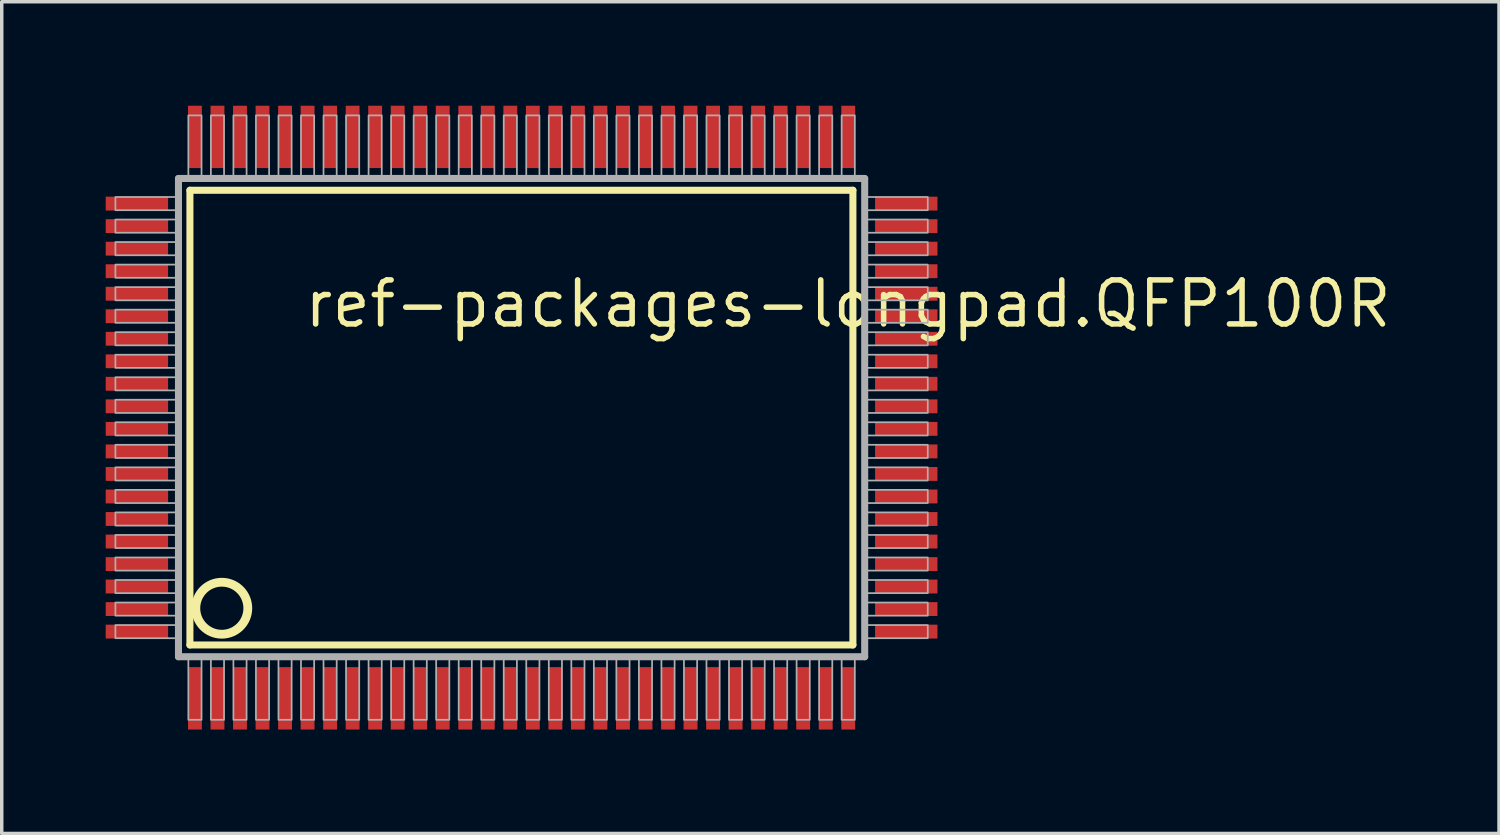
<source format=kicad_pcb>
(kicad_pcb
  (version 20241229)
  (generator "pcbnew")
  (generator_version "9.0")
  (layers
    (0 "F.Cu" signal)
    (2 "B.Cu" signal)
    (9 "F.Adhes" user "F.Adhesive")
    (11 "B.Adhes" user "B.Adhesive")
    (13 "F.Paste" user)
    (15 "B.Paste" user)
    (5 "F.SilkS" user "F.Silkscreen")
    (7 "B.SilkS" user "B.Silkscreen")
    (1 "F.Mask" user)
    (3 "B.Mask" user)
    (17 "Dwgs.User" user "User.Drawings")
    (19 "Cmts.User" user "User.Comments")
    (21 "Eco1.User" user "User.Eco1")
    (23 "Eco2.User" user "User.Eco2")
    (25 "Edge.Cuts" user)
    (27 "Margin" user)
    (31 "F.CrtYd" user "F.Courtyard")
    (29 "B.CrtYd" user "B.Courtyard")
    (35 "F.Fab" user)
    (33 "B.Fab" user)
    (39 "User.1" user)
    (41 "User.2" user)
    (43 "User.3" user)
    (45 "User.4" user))
  (footprint "ref-packages-longpad.QFP100R"
    (layer "F.Cu")
    (at 12 9)
    (property "Reference" "ref-packages-longpad.QFP100R" (at -6.35 -2.54 0) (layer "F.SilkS") (effects (font (size 1.27 1.27) (thickness 0.16)) (justify left bottom)))
    (attr smd)
    (fp_line (start -9.57 -6.56) (end 9.56 -6.56) (stroke (width 0.203) (type default)) (layer "F.SilkS"))
    (fp_line (start -9.57 6.56) (end -9.57 -6.56) (stroke (width 0.203) (type default)) (layer "F.SilkS"))
    (fp_line (start 9.56 -6.56) (end 9.56 6.56) (stroke (width 0.203) (type default)) (layer "F.SilkS"))
    (fp_line (start 9.56 6.56) (end -9.57 6.56) (stroke (width 0.203) (type default)) (layer "F.SilkS"))
    (fp_circle (center -8.65 5.5) (end -7.9 5.5) (stroke (width 0.254) (type default)) (fill no) (layer "F.SilkS"))
    (fp_line (start -9.9 -6.9) (end -9.9 6.9) (stroke (width 0.203) (type default)) (layer "F.Fab"))
    (fp_line (start -9.9 6.9) (end 9.9 6.9) (stroke (width 0.203) (type default)) (layer "F.Fab"))
    (fp_line (start 9.9 -6.9) (end -9.9 -6.9) (stroke (width 0.203) (type default)) (layer "F.Fab"))
    (fp_line (start 9.9 6.9) (end 9.9 -6.9) (stroke (width 0.203) (type default)) (layer "F.Fab"))
    (fp_rect (start -11.72 -5.985) (end -9.95 -6.365) (stroke (width 0.05) (type default)) (fill no) (layer "F.Fab"))
    (fp_rect (start -11.72 -5.335) (end -9.95 -5.715) (stroke (width 0.05) (type default)) (fill no) (layer "F.Fab"))
    (fp_rect (start -11.72 -4.685) (end -9.95 -5.065) (stroke (width 0.05) (type default)) (fill no) (layer "F.Fab"))
    (fp_rect (start -11.72 -4.035) (end -9.95 -4.415) (stroke (width 0.05) (type default)) (fill no) (layer "F.Fab"))
    (fp_rect (start -11.72 -3.385) (end -9.95 -3.765) (stroke (width 0.05) (type default)) (fill no) (layer "F.Fab"))
    (fp_rect (start -11.72 -2.735) (end -9.95 -3.115) (stroke (width 0.05) (type default)) (fill no) (layer "F.Fab"))
    (fp_rect (start -11.72 -2.085) (end -9.95 -2.465) (stroke (width 0.05) (type default)) (fill no) (layer "F.Fab"))
    (fp_rect (start -11.72 -1.435) (end -9.95 -1.815) (stroke (width 0.05) (type default)) (fill no) (layer "F.Fab"))
    (fp_rect (start -11.72 -0.785) (end -9.95 -1.165) (stroke (width 0.05) (type default)) (fill no) (layer "F.Fab"))
    (fp_rect (start -11.72 -0.135) (end -9.95 -0.515) (stroke (width 0.05) (type default)) (fill no) (layer "F.Fab"))
    (fp_rect (start -11.72 0.515) (end -9.95 0.135) (stroke (width 0.05) (type default)) (fill no) (layer "F.Fab"))
    (fp_rect (start -11.72 1.165) (end -9.95 0.785) (stroke (width 0.05) (type default)) (fill no) (layer "F.Fab"))
    (fp_rect (start -11.72 1.815) (end -9.95 1.435) (stroke (width 0.05) (type default)) (fill no) (layer "F.Fab"))
    (fp_rect (start -11.72 2.465) (end -9.95 2.085) (stroke (width 0.05) (type default)) (fill no) (layer "F.Fab"))
    (fp_rect (start -11.72 3.115) (end -9.95 2.735) (stroke (width 0.05) (type default)) (fill no) (layer "F.Fab"))
    (fp_rect (start -11.72 3.765) (end -9.95 3.385) (stroke (width 0.05) (type default)) (fill no) (layer "F.Fab"))
    (fp_rect (start -11.72 4.415) (end -9.95 4.035) (stroke (width 0.05) (type default)) (fill no) (layer "F.Fab"))
    (fp_rect (start -11.72 5.065) (end -9.95 4.685) (stroke (width 0.05) (type default)) (fill no) (layer "F.Fab"))
    (fp_rect (start -11.72 5.715) (end -9.95 5.335) (stroke (width 0.05) (type default)) (fill no) (layer "F.Fab"))
    (fp_rect (start -11.72 6.365) (end -9.95 5.985) (stroke (width 0.05) (type default)) (fill no) (layer "F.Fab"))
    (fp_rect (start -9.615 -6.95) (end -9.235 -8.72) (stroke (width 0.05) (type default)) (fill no) (layer "F.Fab"))
    (fp_rect (start -9.615 8.72) (end -9.235 6.95) (stroke (width 0.05) (type default)) (fill no) (layer "F.Fab"))
    (fp_rect (start -8.965 -6.95) (end -8.585 -8.72) (stroke (width 0.05) (type default)) (fill no) (layer "F.Fab"))
    (fp_rect (start -8.965 8.72) (end -8.585 6.95) (stroke (width 0.05) (type default)) (fill no) (layer "F.Fab"))
    (fp_rect (start -8.315 -6.95) (end -7.935 -8.72) (stroke (width 0.05) (type default)) (fill no) (layer "F.Fab"))
    (fp_rect (start -8.315 8.72) (end -7.935 6.95) (stroke (width 0.05) (type default)) (fill no) (layer "F.Fab"))
    (fp_rect (start -7.665 -6.95) (end -7.285 -8.72) (stroke (width 0.05) (type default)) (fill no) (layer "F.Fab"))
    (fp_rect (start -7.665 8.72) (end -7.285 6.95) (stroke (width 0.05) (type default)) (fill no) (layer "F.Fab"))
    (fp_rect (start -7.015 -6.95) (end -6.635 -8.72) (stroke (width 0.05) (type default)) (fill no) (layer "F.Fab"))
    (fp_rect (start -7.015 8.72) (end -6.635 6.95) (stroke (width 0.05) (type default)) (fill no) (layer "F.Fab"))
    (fp_rect (start -6.365 -6.95) (end -5.985 -8.72) (stroke (width 0.05) (type default)) (fill no) (layer "F.Fab"))
    (fp_rect (start -6.365 8.72) (end -5.985 6.95) (stroke (width 0.05) (type default)) (fill no) (layer "F.Fab"))
    (fp_rect (start -5.715 -6.95) (end -5.335 -8.72) (stroke (width 0.05) (type default)) (fill no) (layer "F.Fab"))
    (fp_rect (start -5.715 8.72) (end -5.335 6.95) (stroke (width 0.05) (type default)) (fill no) (layer "F.Fab"))
    (fp_rect (start -5.065 -6.95) (end -4.685 -8.72) (stroke (width 0.05) (type default)) (fill no) (layer "F.Fab"))
    (fp_rect (start -5.065 8.72) (end -4.685 6.95) (stroke (width 0.05) (type default)) (fill no) (layer "F.Fab"))
    (fp_rect (start -4.415 -6.95) (end -4.035 -8.72) (stroke (width 0.05) (type default)) (fill no) (layer "F.Fab"))
    (fp_rect (start -4.415 8.72) (end -4.035 6.95) (stroke (width 0.05) (type default)) (fill no) (layer "F.Fab"))
    (fp_rect (start -3.765 -6.95) (end -3.385 -8.72) (stroke (width 0.05) (type default)) (fill no) (layer "F.Fab"))
    (fp_rect (start -3.765 8.72) (end -3.385 6.95) (stroke (width 0.05) (type default)) (fill no) (layer "F.Fab"))
    (fp_rect (start -3.115 -6.95) (end -2.735 -8.72) (stroke (width 0.05) (type default)) (fill no) (layer "F.Fab"))
    (fp_rect (start -3.115 8.72) (end -2.735 6.95) (stroke (width 0.05) (type default)) (fill no) (layer "F.Fab"))
    (fp_rect (start -2.465 -6.95) (end -2.085 -8.72) (stroke (width 0.05) (type default)) (fill no) (layer "F.Fab"))
    (fp_rect (start -2.465 8.72) (end -2.085 6.95) (stroke (width 0.05) (type default)) (fill no) (layer "F.Fab"))
    (fp_rect (start -1.815 -6.95) (end -1.435 -8.72) (stroke (width 0.05) (type default)) (fill no) (layer "F.Fab"))
    (fp_rect (start -1.815 8.72) (end -1.435 6.95) (stroke (width 0.05) (type default)) (fill no) (layer "F.Fab"))
    (fp_rect (start -1.165 -6.95) (end -0.785 -8.72) (stroke (width 0.05) (type default)) (fill no) (layer "F.Fab"))
    (fp_rect (start -1.165 8.72) (end -0.785 6.95) (stroke (width 0.05) (type default)) (fill no) (layer "F.Fab"))
    (fp_rect (start -0.515 -6.95) (end -0.135 -8.72) (stroke (width 0.05) (type default)) (fill no) (layer "F.Fab"))
    (fp_rect (start -0.515 8.72) (end -0.135 6.95) (stroke (width 0.05) (type default)) (fill no) (layer "F.Fab"))
    (fp_rect (start 0.135 -6.95) (end 0.515 -8.72) (stroke (width 0.05) (type default)) (fill no) (layer "F.Fab"))
    (fp_rect (start 0.135 8.72) (end 0.515 6.95) (stroke (width 0.05) (type default)) (fill no) (layer "F.Fab"))
    (fp_rect (start 0.785 -6.95) (end 1.165 -8.72) (stroke (width 0.05) (type default)) (fill no) (layer "F.Fab"))
    (fp_rect (start 0.785 8.72) (end 1.165 6.95) (stroke (width 0.05) (type default)) (fill no) (layer "F.Fab"))
    (fp_rect (start 1.435 -6.95) (end 1.815 -8.72) (stroke (width 0.05) (type default)) (fill no) (layer "F.Fab"))
    (fp_rect (start 1.435 8.72) (end 1.815 6.95) (stroke (width 0.05) (type default)) (fill no) (layer "F.Fab"))
    (fp_rect (start 2.085 -6.95) (end 2.465 -8.72) (stroke (width 0.05) (type default)) (fill no) (layer "F.Fab"))
    (fp_rect (start 2.085 8.72) (end 2.465 6.95) (stroke (width 0.05) (type default)) (fill no) (layer "F.Fab"))
    (fp_rect (start 2.735 -6.95) (end 3.115 -8.72) (stroke (width 0.05) (type default)) (fill no) (layer "F.Fab"))
    (fp_rect (start 2.735 8.72) (end 3.115 6.95) (stroke (width 0.05) (type default)) (fill no) (layer "F.Fab"))
    (fp_rect (start 3.385 -6.95) (end 3.765 -8.72) (stroke (width 0.05) (type default)) (fill no) (layer "F.Fab"))
    (fp_rect (start 3.385 8.72) (end 3.765 6.95) (stroke (width 0.05) (type default)) (fill no) (layer "F.Fab"))
    (fp_rect (start 4.035 -6.95) (end 4.415 -8.72) (stroke (width 0.05) (type default)) (fill no) (layer "F.Fab"))
    (fp_rect (start 4.035 8.72) (end 4.415 6.95) (stroke (width 0.05) (type default)) (fill no) (layer "F.Fab"))
    (fp_rect (start 4.685 -6.95) (end 5.065 -8.72) (stroke (width 0.05) (type default)) (fill no) (layer "F.Fab"))
    (fp_rect (start 4.685 8.72) (end 5.065 6.95) (stroke (width 0.05) (type default)) (fill no) (layer "F.Fab"))
    (fp_rect (start 5.335 -6.95) (end 5.715 -8.72) (stroke (width 0.05) (type default)) (fill no) (layer "F.Fab"))
    (fp_rect (start 5.335 8.72) (end 5.715 6.95) (stroke (width 0.05) (type default)) (fill no) (layer "F.Fab"))
    (fp_rect (start 5.985 -6.95) (end 6.365 -8.72) (stroke (width 0.05) (type default)) (fill no) (layer "F.Fab"))
    (fp_rect (start 5.985 8.72) (end 6.365 6.95) (stroke (width 0.05) (type default)) (fill no) (layer "F.Fab"))
    (fp_rect (start 6.635 -6.95) (end 7.015 -8.72) (stroke (width 0.05) (type default)) (fill no) (layer "F.Fab"))
    (fp_rect (start 6.635 8.72) (end 7.015 6.95) (stroke (width 0.05) (type default)) (fill no) (layer "F.Fab"))
    (fp_rect (start 7.285 -6.95) (end 7.665 -8.72) (stroke (width 0.05) (type default)) (fill no) (layer "F.Fab"))
    (fp_rect (start 7.285 8.72) (end 7.665 6.95) (stroke (width 0.05) (type default)) (fill no) (layer "F.Fab"))
    (fp_rect (start 7.935 -6.95) (end 8.315 -8.72) (stroke (width 0.05) (type default)) (fill no) (layer "F.Fab"))
    (fp_rect (start 7.935 8.72) (end 8.315 6.95) (stroke (width 0.05) (type default)) (fill no) (layer "F.Fab"))
    (fp_rect (start 8.585 -6.95) (end 8.965 -8.72) (stroke (width 0.05) (type default)) (fill no) (layer "F.Fab"))
    (fp_rect (start 8.585 8.72) (end 8.965 6.95) (stroke (width 0.05) (type default)) (fill no) (layer "F.Fab"))
    (fp_rect (start 9.235 -6.95) (end 9.615 -8.72) (stroke (width 0.05) (type default)) (fill no) (layer "F.Fab"))
    (fp_rect (start 9.235 8.72) (end 9.615 6.95) (stroke (width 0.05) (type default)) (fill no) (layer "F.Fab"))
    (fp_rect (start 9.95 -5.985) (end 11.72 -6.365) (stroke (width 0.05) (type default)) (fill no) (layer "F.Fab"))
    (fp_rect (start 9.95 -5.335) (end 11.72 -5.715) (stroke (width 0.05) (type default)) (fill no) (layer "F.Fab"))
    (fp_rect (start 9.95 -4.685) (end 11.72 -5.065) (stroke (width 0.05) (type default)) (fill no) (layer "F.Fab"))
    (fp_rect (start 9.95 -4.035) (end 11.72 -4.415) (stroke (width 0.05) (type default)) (fill no) (layer "F.Fab"))
    (fp_rect (start 9.95 -3.385) (end 11.72 -3.765) (stroke (width 0.05) (type default)) (fill no) (layer "F.Fab"))
    (fp_rect (start 9.95 -2.735) (end 11.72 -3.115) (stroke (width 0.05) (type default)) (fill no) (layer "F.Fab"))
    (fp_rect (start 9.95 -2.085) (end 11.72 -2.465) (stroke (width 0.05) (type default)) (fill no) (layer "F.Fab"))
    (fp_rect (start 9.95 -1.435) (end 11.72 -1.815) (stroke (width 0.05) (type default)) (fill no) (layer "F.Fab"))
    (fp_rect (start 9.95 -0.785) (end 11.72 -1.165) (stroke (width 0.05) (type default)) (fill no) (layer "F.Fab"))
    (fp_rect (start 9.95 -0.135) (end 11.72 -0.515) (stroke (width 0.05) (type default)) (fill no) (layer "F.Fab"))
    (fp_rect (start 9.95 0.515) (end 11.72 0.135) (stroke (width 0.05) (type default)) (fill no) (layer "F.Fab"))
    (fp_rect (start 9.95 1.165) (end 11.72 0.785) (stroke (width 0.05) (type default)) (fill no) (layer "F.Fab"))
    (fp_rect (start 9.95 1.815) (end 11.72 1.435) (stroke (width 0.05) (type default)) (fill no) (layer "F.Fab"))
    (fp_rect (start 9.95 2.465) (end 11.72 2.085) (stroke (width 0.05) (type default)) (fill no) (layer "F.Fab"))
    (fp_rect (start 9.95 3.115) (end 11.72 2.735) (stroke (width 0.05) (type default)) (fill no) (layer "F.Fab"))
    (fp_rect (start 9.95 3.765) (end 11.72 3.385) (stroke (width 0.05) (type default)) (fill no) (layer "F.Fab"))
    (fp_rect (start 9.95 4.415) (end 11.72 4.035) (stroke (width 0.05) (type default)) (fill no) (layer "F.Fab"))
    (fp_rect (start 9.95 5.065) (end 11.72 4.685) (stroke (width 0.05) (type default)) (fill no) (layer "F.Fab"))
    (fp_rect (start 9.95 5.715) (end 11.72 5.335) (stroke (width 0.05) (type default)) (fill no) (layer "F.Fab"))
    (fp_rect (start 9.95 6.365) (end 11.72 5.985) (stroke (width 0.05) (type default)) (fill no) (layer "F.Fab"))
    (pad "1" smd roundrect (at -9.425 8.1) (size 0.4 1.8) (layers "F.Cu" "F.Mask" "F.Paste") (roundrect_rratio 0.01))
    (pad "2" smd roundrect (at -8.775 8.1) (size 0.4 1.8) (layers "F.Cu" "F.Mask" "F.Paste") (roundrect_rratio 0.01))
    (pad "3" smd roundrect (at -8.125 8.1) (size 0.4 1.8) (layers "F.Cu" "F.Mask" "F.Paste") (roundrect_rratio 0.01))
    (pad "4" smd roundrect (at -7.475 8.1) (size 0.4 1.8) (layers "F.Cu" "F.Mask" "F.Paste") (roundrect_rratio 0.01))
    (pad "5" smd roundrect (at -6.825 8.1) (size 0.4 1.8) (layers "F.Cu" "F.Mask" "F.Paste") (roundrect_rratio 0.01))
    (pad "6" smd roundrect (at -6.175 8.1) (size 0.4 1.8) (layers "F.Cu" "F.Mask" "F.Paste") (roundrect_rratio 0.01))
    (pad "7" smd roundrect (at -5.525 8.1) (size 0.4 1.8) (layers "F.Cu" "F.Mask" "F.Paste") (roundrect_rratio 0.01))
    (pad "8" smd roundrect (at -4.875 8.1) (size 0.4 1.8) (layers "F.Cu" "F.Mask" "F.Paste") (roundrect_rratio 0.01))
    (pad "9" smd roundrect (at -4.225 8.1) (size 0.4 1.8) (layers "F.Cu" "F.Mask" "F.Paste") (roundrect_rratio 0.01))
    (pad "10" smd roundrect (at -3.575 8.1) (size 0.4 1.8) (layers "F.Cu" "F.Mask" "F.Paste") (roundrect_rratio 0.01))
    (pad "11" smd roundrect (at -2.925 8.1) (size 0.4 1.8) (layers "F.Cu" "F.Mask" "F.Paste") (roundrect_rratio 0.01))
    (pad "12" smd roundrect (at -2.275 8.1) (size 0.4 1.8) (layers "F.Cu" "F.Mask" "F.Paste") (roundrect_rratio 0.01))
    (pad "13" smd roundrect (at -1.625 8.1) (size 0.4 1.8) (layers "F.Cu" "F.Mask" "F.Paste") (roundrect_rratio 0.01))
    (pad "14" smd roundrect (at -0.975 8.1) (size 0.4 1.8) (layers "F.Cu" "F.Mask" "F.Paste") (roundrect_rratio 0.01))
    (pad "15" smd roundrect (at -0.325 8.1) (size 0.4 1.8) (layers "F.Cu" "F.Mask" "F.Paste") (roundrect_rratio 0.01))
    (pad "16" smd roundrect (at 0.325 8.1) (size 0.4 1.8) (layers "F.Cu" "F.Mask" "F.Paste") (roundrect_rratio 0.01))
    (pad "17" smd roundrect (at 0.975 8.1) (size 0.4 1.8) (layers "F.Cu" "F.Mask" "F.Paste") (roundrect_rratio 0.01))
    (pad "18" smd roundrect (at 1.625 8.1) (size 0.4 1.8) (layers "F.Cu" "F.Mask" "F.Paste") (roundrect_rratio 0.01))
    (pad "19" smd roundrect (at 2.275 8.1) (size 0.4 1.8) (layers "F.Cu" "F.Mask" "F.Paste") (roundrect_rratio 0.01))
    (pad "20" smd roundrect (at 2.925 8.1) (size 0.4 1.8) (layers "F.Cu" "F.Mask" "F.Paste") (roundrect_rratio 0.01))
    (pad "21" smd roundrect (at 3.575 8.1) (size 0.4 1.8) (layers "F.Cu" "F.Mask" "F.Paste") (roundrect_rratio 0.01))
    (pad "22" smd roundrect (at 4.225 8.1) (size 0.4 1.8) (layers "F.Cu" "F.Mask" "F.Paste") (roundrect_rratio 0.01))
    (pad "23" smd roundrect (at 4.875 8.1) (size 0.4 1.8) (layers "F.Cu" "F.Mask" "F.Paste") (roundrect_rratio 0.01))
    (pad "24" smd roundrect (at 5.525 8.1) (size 0.4 1.8) (layers "F.Cu" "F.Mask" "F.Paste") (roundrect_rratio 0.01))
    (pad "25" smd roundrect (at 6.175 8.1) (size 0.4 1.8) (layers "F.Cu" "F.Mask" "F.Paste") (roundrect_rratio 0.01))
    (pad "26" smd roundrect (at 6.825 8.1) (size 0.4 1.8) (layers "F.Cu" "F.Mask" "F.Paste") (roundrect_rratio 0.01))
    (pad "27" smd roundrect (at 7.475 8.1) (size 0.4 1.8) (layers "F.Cu" "F.Mask" "F.Paste") (roundrect_rratio 0.01))
    (pad "28" smd roundrect (at 8.125 8.1) (size 0.4 1.8) (layers "F.Cu" "F.Mask" "F.Paste") (roundrect_rratio 0.01))
    (pad "29" smd roundrect (at 8.775 8.1) (size 0.4 1.8) (layers "F.Cu" "F.Mask" "F.Paste") (roundrect_rratio 0.01))
    (pad "30" smd roundrect (at 9.425 8.1) (size 0.4 1.8) (layers "F.Cu" "F.Mask" "F.Paste") (roundrect_rratio 0.01))
    (pad "31" smd roundrect (at 11.1 6.175) (size 1.8 0.4) (layers "F.Cu" "F.Mask" "F.Paste") (roundrect_rratio 0.01))
    (pad "32" smd roundrect (at 11.1 5.525) (size 1.8 0.4) (layers "F.Cu" "F.Mask" "F.Paste") (roundrect_rratio 0.01))
    (pad "33" smd roundrect (at 11.1 4.875) (size 1.8 0.4) (layers "F.Cu" "F.Mask" "F.Paste") (roundrect_rratio 0.01))
    (pad "34" smd roundrect (at 11.1 4.225) (size 1.8 0.4) (layers "F.Cu" "F.Mask" "F.Paste") (roundrect_rratio 0.01))
    (pad "35" smd roundrect (at 11.1 3.575) (size 1.8 0.4) (layers "F.Cu" "F.Mask" "F.Paste") (roundrect_rratio 0.01))
    (pad "36" smd roundrect (at 11.1 2.925) (size 1.8 0.4) (layers "F.Cu" "F.Mask" "F.Paste") (roundrect_rratio 0.01))
    (pad "37" smd roundrect (at 11.1 2.275) (size 1.8 0.4) (layers "F.Cu" "F.Mask" "F.Paste") (roundrect_rratio 0.01))
    (pad "38" smd roundrect (at 11.1 1.625) (size 1.8 0.4) (layers "F.Cu" "F.Mask" "F.Paste") (roundrect_rratio 0.01))
    (pad "39" smd roundrect (at 11.1 0.975) (size 1.8 0.4) (layers "F.Cu" "F.Mask" "F.Paste") (roundrect_rratio 0.01))
    (pad "40" smd roundrect (at 11.1 0.325) (size 1.8 0.4) (layers "F.Cu" "F.Mask" "F.Paste") (roundrect_rratio 0.01))
    (pad "41" smd roundrect (at 11.1 -0.325) (size 1.8 0.4) (layers "F.Cu" "F.Mask" "F.Paste") (roundrect_rratio 0.01))
    (pad "42" smd roundrect (at 11.1 -0.975) (size 1.8 0.4) (layers "F.Cu" "F.Mask" "F.Paste") (roundrect_rratio 0.01))
    (pad "43" smd roundrect (at 11.1 -1.625) (size 1.8 0.4) (layers "F.Cu" "F.Mask" "F.Paste") (roundrect_rratio 0.01))
    (pad "44" smd roundrect (at 11.1 -2.275) (size 1.8 0.4) (layers "F.Cu" "F.Mask" "F.Paste") (roundrect_rratio 0.01))
    (pad "45" smd roundrect (at 11.1 -2.925) (size 1.8 0.4) (layers "F.Cu" "F.Mask" "F.Paste") (roundrect_rratio 0.01))
    (pad "46" smd roundrect (at 11.1 -3.575) (size 1.8 0.4) (layers "F.Cu" "F.Mask" "F.Paste") (roundrect_rratio 0.01))
    (pad "47" smd roundrect (at 11.1 -4.225) (size 1.8 0.4) (layers "F.Cu" "F.Mask" "F.Paste") (roundrect_rratio 0.01))
    (pad "48" smd roundrect (at 11.1 -4.875) (size 1.8 0.4) (layers "F.Cu" "F.Mask" "F.Paste") (roundrect_rratio 0.01))
    (pad "49" smd roundrect (at 11.1 -5.525) (size 1.8 0.4) (layers "F.Cu" "F.Mask" "F.Paste") (roundrect_rratio 0.01))
    (pad "50" smd roundrect (at 11.1 -6.175) (size 1.8 0.4) (layers "F.Cu" "F.Mask" "F.Paste") (roundrect_rratio 0.01))
    (pad "51" smd roundrect (at 9.425 -8.1) (size 0.4 1.8) (layers "F.Cu" "F.Mask" "F.Paste") (roundrect_rratio 0.01))
    (pad "52" smd roundrect (at 8.775 -8.1) (size 0.4 1.8) (layers "F.Cu" "F.Mask" "F.Paste") (roundrect_rratio 0.01))
    (pad "53" smd roundrect (at 8.125 -8.1) (size 0.4 1.8) (layers "F.Cu" "F.Mask" "F.Paste") (roundrect_rratio 0.01))
    (pad "54" smd roundrect (at 7.475 -8.1) (size 0.4 1.8) (layers "F.Cu" "F.Mask" "F.Paste") (roundrect_rratio 0.01))
    (pad "55" smd roundrect (at 6.825 -8.1) (size 0.4 1.8) (layers "F.Cu" "F.Mask" "F.Paste") (roundrect_rratio 0.01))
    (pad "56" smd roundrect (at 6.175 -8.1) (size 0.4 1.8) (layers "F.Cu" "F.Mask" "F.Paste") (roundrect_rratio 0.01))
    (pad "57" smd roundrect (at 5.525 -8.1) (size 0.4 1.8) (layers "F.Cu" "F.Mask" "F.Paste") (roundrect_rratio 0.01))
    (pad "58" smd roundrect (at 4.875 -8.1) (size 0.4 1.8) (layers "F.Cu" "F.Mask" "F.Paste") (roundrect_rratio 0.01))
    (pad "59" smd roundrect (at 4.225 -8.1) (size 0.4 1.8) (layers "F.Cu" "F.Mask" "F.Paste") (roundrect_rratio 0.01))
    (pad "60" smd roundrect (at 3.575 -8.1) (size 0.4 1.8) (layers "F.Cu" "F.Mask" "F.Paste") (roundrect_rratio 0.01))
    (pad "61" smd roundrect (at 2.925 -8.1) (size 0.4 1.8) (layers "F.Cu" "F.Mask" "F.Paste") (roundrect_rratio 0.01))
    (pad "62" smd roundrect (at 2.275 -8.1) (size 0.4 1.8) (layers "F.Cu" "F.Mask" "F.Paste") (roundrect_rratio 0.01))
    (pad "63" smd roundrect (at 1.625 -8.1) (size 0.4 1.8) (layers "F.Cu" "F.Mask" "F.Paste") (roundrect_rratio 0.01))
    (pad "64" smd roundrect (at 0.975 -8.1) (size 0.4 1.8) (layers "F.Cu" "F.Mask" "F.Paste") (roundrect_rratio 0.01))
    (pad "65" smd roundrect (at 0.325 -8.1) (size 0.4 1.8) (layers "F.Cu" "F.Mask" "F.Paste") (roundrect_rratio 0.01))
    (pad "66" smd roundrect (at -0.325 -8.1) (size 0.4 1.8) (layers "F.Cu" "F.Mask" "F.Paste") (roundrect_rratio 0.01))
    (pad "67" smd roundrect (at -0.975 -8.1) (size 0.4 1.8) (layers "F.Cu" "F.Mask" "F.Paste") (roundrect_rratio 0.01))
    (pad "68" smd roundrect (at -1.625 -8.1) (size 0.4 1.8) (layers "F.Cu" "F.Mask" "F.Paste") (roundrect_rratio 0.01))
    (pad "69" smd roundrect (at -2.275 -8.1) (size 0.4 1.8) (layers "F.Cu" "F.Mask" "F.Paste") (roundrect_rratio 0.01))
    (pad "70" smd roundrect (at -2.925 -8.1) (size 0.4 1.8) (layers "F.Cu" "F.Mask" "F.Paste") (roundrect_rratio 0.01))
    (pad "71" smd roundrect (at -3.575 -8.1) (size 0.4 1.8) (layers "F.Cu" "F.Mask" "F.Paste") (roundrect_rratio 0.01))
    (pad "72" smd roundrect (at -4.225 -8.1) (size 0.4 1.8) (layers "F.Cu" "F.Mask" "F.Paste") (roundrect_rratio 0.01))
    (pad "73" smd roundrect (at -4.875 -8.1) (size 0.4 1.8) (layers "F.Cu" "F.Mask" "F.Paste") (roundrect_rratio 0.01))
    (pad "74" smd roundrect (at -5.525 -8.1) (size 0.4 1.8) (layers "F.Cu" "F.Mask" "F.Paste") (roundrect_rratio 0.01))
    (pad "75" smd roundrect (at -6.175 -8.1) (size 0.4 1.8) (layers "F.Cu" "F.Mask" "F.Paste") (roundrect_rratio 0.01))
    (pad "76" smd roundrect (at -6.825 -8.1) (size 0.4 1.8) (layers "F.Cu" "F.Mask" "F.Paste") (roundrect_rratio 0.01))
    (pad "77" smd roundrect (at -7.475 -8.1) (size 0.4 1.8) (layers "F.Cu" "F.Mask" "F.Paste") (roundrect_rratio 0.01))
    (pad "78" smd roundrect (at -8.125 -8.1) (size 0.4 1.8) (layers "F.Cu" "F.Mask" "F.Paste") (roundrect_rratio 0.01))
    (pad "79" smd roundrect (at -8.775 -8.1) (size 0.4 1.8) (layers "F.Cu" "F.Mask" "F.Paste") (roundrect_rratio 0.01))
    (pad "80" smd roundrect (at -9.425 -8.1) (size 0.4 1.8) (layers "F.Cu" "F.Mask" "F.Paste") (roundrect_rratio 0.01))
    (pad "81" smd roundrect (at -11.1 -6.175) (size 1.8 0.4) (layers "F.Cu" "F.Mask" "F.Paste") (roundrect_rratio 0.01))
    (pad "82" smd roundrect (at -11.1 -5.525) (size 1.8 0.4) (layers "F.Cu" "F.Mask" "F.Paste") (roundrect_rratio 0.01))
    (pad "83" smd roundrect (at -11.1 -4.875) (size 1.8 0.4) (layers "F.Cu" "F.Mask" "F.Paste") (roundrect_rratio 0.01))
    (pad "84" smd roundrect (at -11.1 -4.225) (size 1.8 0.4) (layers "F.Cu" "F.Mask" "F.Paste") (roundrect_rratio 0.01))
    (pad "85" smd roundrect (at -11.1 -3.575) (size 1.8 0.4) (layers "F.Cu" "F.Mask" "F.Paste") (roundrect_rratio 0.01))
    (pad "86" smd roundrect (at -11.1 -2.925) (size 1.8 0.4) (layers "F.Cu" "F.Mask" "F.Paste") (roundrect_rratio 0.01))
    (pad "87" smd roundrect (at -11.1 -2.275) (size 1.8 0.4) (layers "F.Cu" "F.Mask" "F.Paste") (roundrect_rratio 0.01))
    (pad "88" smd roundrect (at -11.1 -1.625) (size 1.8 0.4) (layers "F.Cu" "F.Mask" "F.Paste") (roundrect_rratio 0.01))
    (pad "89" smd roundrect (at -11.1 -0.975) (size 1.8 0.4) (layers "F.Cu" "F.Mask" "F.Paste") (roundrect_rratio 0.01))
    (pad "90" smd roundrect (at -11.1 -0.325) (size 1.8 0.4) (layers "F.Cu" "F.Mask" "F.Paste") (roundrect_rratio 0.01))
    (pad "91" smd roundrect (at -11.1 0.325) (size 1.8 0.4) (layers "F.Cu" "F.Mask" "F.Paste") (roundrect_rratio 0.01))
    (pad "92" smd roundrect (at -11.1 0.975) (size 1.8 0.4) (layers "F.Cu" "F.Mask" "F.Paste") (roundrect_rratio 0.01))
    (pad "93" smd roundrect (at -11.1 1.625) (size 1.8 0.4) (layers "F.Cu" "F.Mask" "F.Paste") (roundrect_rratio 0.01))
    (pad "94" smd roundrect (at -11.1 2.275) (size 1.8 0.4) (layers "F.Cu" "F.Mask" "F.Paste") (roundrect_rratio 0.01))
    (pad "95" smd roundrect (at -11.1 2.925) (size 1.8 0.4) (layers "F.Cu" "F.Mask" "F.Paste") (roundrect_rratio 0.01))
    (pad "96" smd roundrect (at -11.1 3.575) (size 1.8 0.4) (layers "F.Cu" "F.Mask" "F.Paste") (roundrect_rratio 0.01))
    (pad "97" smd roundrect (at -11.1 4.225) (size 1.8 0.4) (layers "F.Cu" "F.Mask" "F.Paste") (roundrect_rratio 0.01))
    (pad "98" smd roundrect (at -11.1 4.875) (size 1.8 0.4) (layers "F.Cu" "F.Mask" "F.Paste") (roundrect_rratio 0.01))
    (pad "99" smd roundrect (at -11.1 5.525) (size 1.8 0.4) (layers "F.Cu" "F.Mask" "F.Paste") (roundrect_rratio 0.01))
    (pad "100" smd roundrect (at -11.1 6.175) (size 1.8 0.4) (layers "F.Cu" "F.Mask" "F.Paste") (roundrect_rratio 0.01)))
  (gr_rect
    (start -3 -3)
    (end 40.203 21)
    (stroke (width 0.1) (type default))
    (fill no)
    (layer "Edge.Cuts")))
</source>
